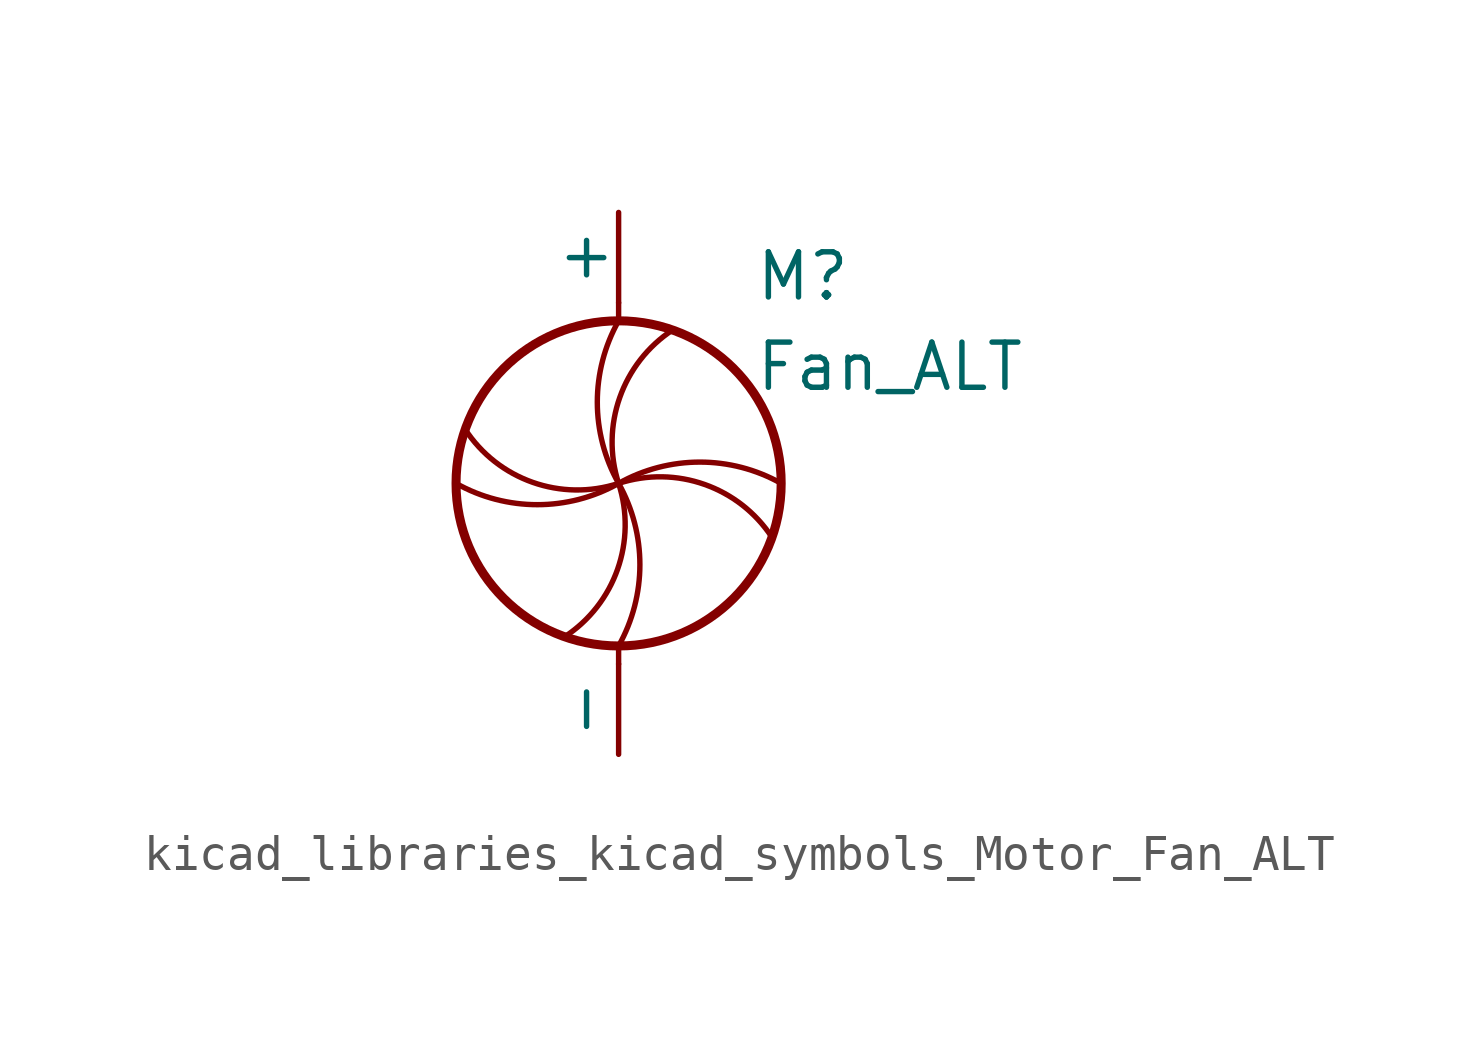
<source format=kicad_sym>
(kicad_symbol_lib
  (version 20220914)
  (generator kicad_symbol_editor)
  (symbol "kicad_libraries_kicad_symbols_Motor_Fan_ALT"
    (pin_numbers hide)
    (pin_names
      (offset 0))
    (property "Reference" "M"
      (at 3.81 5.08 0)
      (effects (font (size 1.27 1.27)) (justify left bottom)))
    (property "Value" "Fan_ALT"
      (at 3.81 2.54 0)
      (effects (font (size 1.27 1.27)) (justify left bottom)))
    (symbol "kicad_libraries_kicad_symbols_Motor_Fan_ALT_0_1"
      (arc (start -4.572 0) (mid -2.286 -0.5988) (end 0 0) (stroke (width 0) (type default)) (fill (type none)))
      (arc (start -4.318 1.524) (mid -2.4153 0.0291) (end 0 0) (stroke (width 0) (type default)) (fill (type none)))
      (arc (start -1.524 -4.318) (mid -0.0291 -2.4153) (end 0 0) (stroke (width 0) (type default)) (fill (type none)))
      (arc (start 0 -4.572) (mid 0.5988 -2.286) (end 0 0) (stroke (width 0) (type default)) (fill (type none)))
      (polyline (pts (xy 0 -5.08) (xy 0 -4.572)) (stroke (width 0) (type default)) (fill (type none)))
      (polyline (pts (xy 0 4.572) (xy 0 5.08)) (stroke (width 0) (type default)) (fill (type none)))
      (circle (center 0 0) (radius 4.572) (stroke (width 0.254) (type default)) (fill (type none)))
      (arc (start 0 4.572) (mid -0.5988 2.286) (end 0 0) (stroke (width 0) (type default)) (fill (type none)))
      (arc (start 1.524 4.318) (mid 0.0291 2.4153) (end 0 0) (stroke (width 0) (type default)) (fill (type none)))
      (arc (start 4.318 -1.524) (mid 2.4153 -0.0291) (end 0 0) (stroke (width 0) (type default)) (fill (type none)))
      (arc (start 4.572 0) (mid 2.286 0.5988) (end 0 0) (stroke (width 0) (type default)) (fill (type none))))
    (symbol "kicad_libraries_kicad_symbols_Motor_Fan_ALT_1_1"
      (pin passive line (at 0 7.62 270) (length 2.54) (name "+" (effects (font (size 1.27 1.27)))) (number "1" (effects (font (size 1.27 1.27)))))
      (pin passive line (at 0 -7.62 90) (length 2.54) (name "-" (effects (font (size 1.27 1.27)))) (number "2" (effects (font (size 1.27 1.27))))))))
</source>
